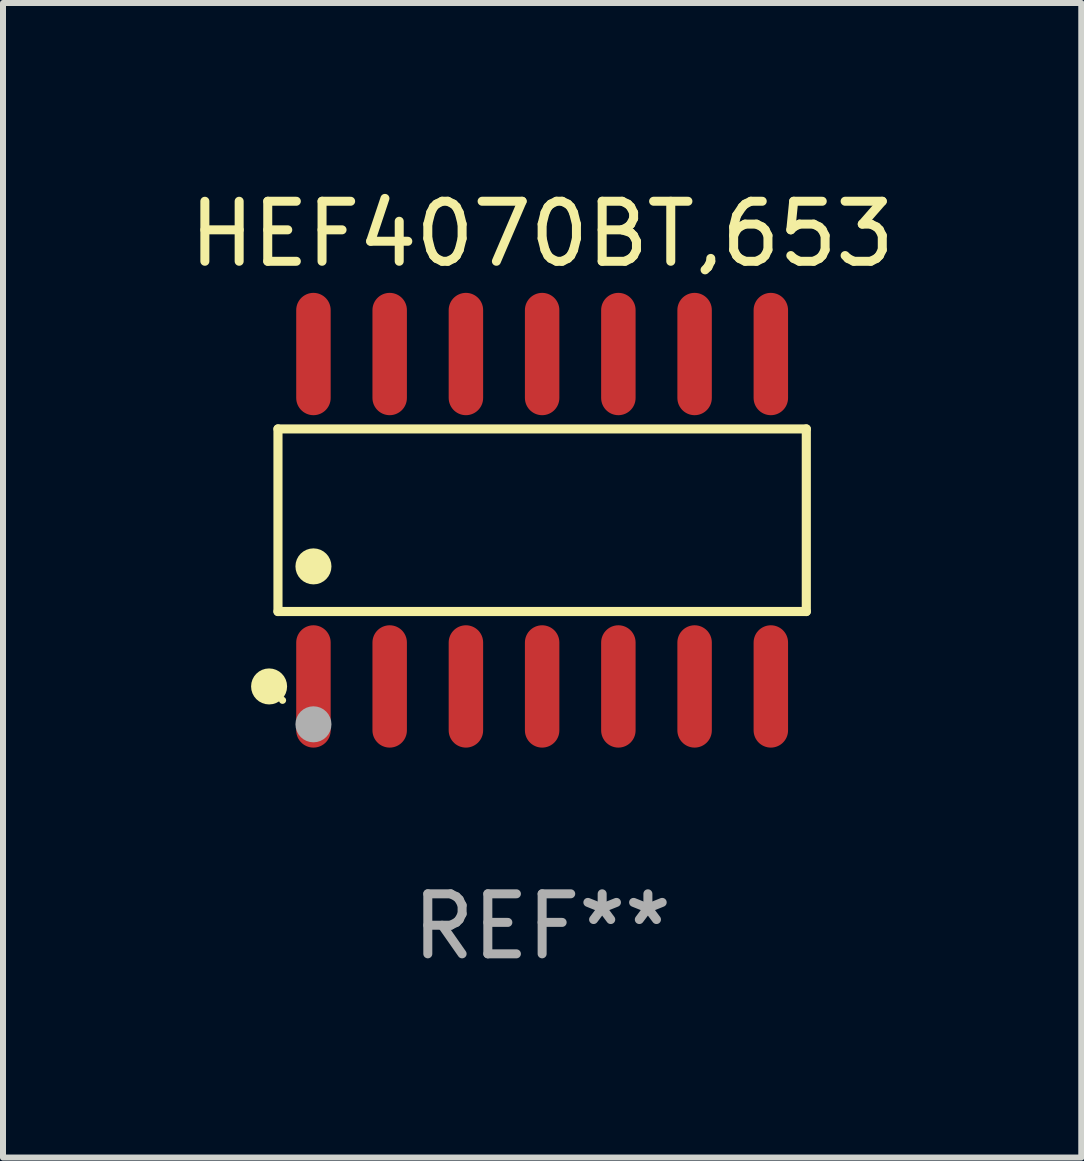
<source format=kicad_pcb>
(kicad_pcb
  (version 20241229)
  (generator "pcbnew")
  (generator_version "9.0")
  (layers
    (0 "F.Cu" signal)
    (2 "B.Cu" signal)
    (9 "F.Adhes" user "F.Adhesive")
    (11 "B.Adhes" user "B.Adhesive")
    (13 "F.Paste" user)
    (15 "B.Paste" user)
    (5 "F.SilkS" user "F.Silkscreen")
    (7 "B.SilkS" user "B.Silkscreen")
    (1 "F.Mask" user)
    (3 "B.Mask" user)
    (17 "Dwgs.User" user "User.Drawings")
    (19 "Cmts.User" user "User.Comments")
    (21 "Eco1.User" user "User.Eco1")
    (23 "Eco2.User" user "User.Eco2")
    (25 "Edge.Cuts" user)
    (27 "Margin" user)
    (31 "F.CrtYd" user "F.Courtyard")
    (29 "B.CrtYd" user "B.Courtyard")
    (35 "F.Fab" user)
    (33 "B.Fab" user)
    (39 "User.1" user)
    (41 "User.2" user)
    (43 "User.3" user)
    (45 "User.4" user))
  (footprint "HEF4070BT,653"
    (layer "F.Cu")
    (at 5.982 5.617)
    (property "Reference" "HEF4070BT,653" (at 0 -4.769 0) (layer "F.SilkS") (effects (font (size 1 1) (thickness 0.15))))
    (attr through_hole)
    (fp_line (start -4.401 -1.521) (end 4.401 -1.521) (stroke (width 0.152) (type solid)) (layer "F.SilkS"))
    (fp_line (start -4.401 1.521) (end -4.401 -1.521) (stroke (width 0.152) (type solid)) (layer "F.SilkS"))
    (fp_line (start 4.401 -1.521) (end 4.401 1.521) (stroke (width 0.152) (type solid)) (layer "F.SilkS"))
    (fp_line (start 4.401 1.521) (end -4.401 1.521) (stroke (width 0.152) (type solid)) (layer "F.SilkS"))
    (fp_circle (center -4.549 2.769) (end -4.399 2.769) (stroke (width 0.3) (type solid)) (fill no) (layer "F.SilkS"))
    (fp_circle (center -4.325 3) (end -4.295 3) (stroke (width 0.06) (type solid)) (fill no) (layer "F.SilkS"))
    (fp_circle (center -3.81 0.769) (end -3.66 0.769) (stroke (width 0.3) (type solid)) (fill no) (layer "F.SilkS"))
    (fp_circle (center -3.81 3.4) (end -3.66 3.4) (stroke (width 0.3) (type solid)) (fill no) (layer "F.Fab"))
    (fp_text user "REF**" (at 0 6.769 0) (layer "F.Fab") (effects (font (size 1 1) (thickness 0.15))))
    (pad "1" smd oval (at -3.81 2.769) (size 0.574 2.038) (layers "F.Cu" "F.Mask" "F.Paste"))
    (pad "2" smd oval (at -2.54 2.769) (size 0.574 2.038) (layers "F.Cu" "F.Mask" "F.Paste"))
    (pad "3" smd oval (at -1.27 2.769) (size 0.574 2.038) (layers "F.Cu" "F.Mask" "F.Paste"))
    (pad "4" smd oval (at 0 2.769) (size 0.574 2.038) (layers "F.Cu" "F.Mask" "F.Paste"))
    (pad "5" smd oval (at 1.27 2.769) (size 0.574 2.038) (layers "F.Cu" "F.Mask" "F.Paste"))
    (pad "6" smd oval (at 2.54 2.769) (size 0.574 2.038) (layers "F.Cu" "F.Mask" "F.Paste"))
    (pad "7" smd oval (at 3.81 2.769) (size 0.574 2.038) (layers "F.Cu" "F.Mask" "F.Paste"))
    (pad "8" smd oval (at 3.81 -2.769) (size 0.574 2.038) (layers "F.Cu" "F.Mask" "F.Paste"))
    (pad "9" smd oval (at 2.54 -2.769) (size 0.574 2.038) (layers "F.Cu" "F.Mask" "F.Paste"))
    (pad "10" smd oval (at 1.27 -2.769) (size 0.574 2.038) (layers "F.Cu" "F.Mask" "F.Paste"))
    (pad "11" smd oval (at 0 -2.769) (size 0.574 2.038) (layers "F.Cu" "F.Mask" "F.Paste"))
    (pad "12" smd oval (at -1.27 -2.769) (size 0.574 2.038) (layers "F.Cu" "F.Mask" "F.Paste"))
    (pad "13" smd oval (at -2.54 -2.769) (size 0.574 2.038) (layers "F.Cu" "F.Mask" "F.Paste"))
    (pad "14" smd oval (at -3.81 -2.769) (size 0.574 2.038) (layers "F.Cu" "F.Mask" "F.Paste")))
  (gr_rect
    (start -3 -3)
    (end 14.964 16.235)
    (stroke (width 0.1) (type default))
    (fill no)
    (layer "Edge.Cuts")))
</source>
